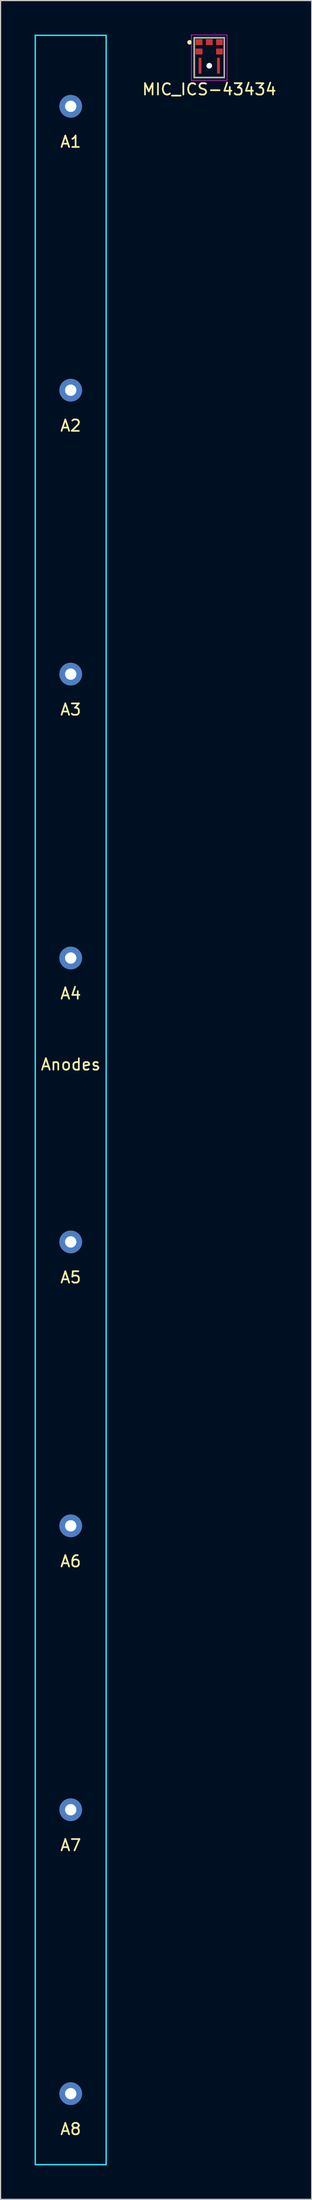
<source format=kicad_pcb>
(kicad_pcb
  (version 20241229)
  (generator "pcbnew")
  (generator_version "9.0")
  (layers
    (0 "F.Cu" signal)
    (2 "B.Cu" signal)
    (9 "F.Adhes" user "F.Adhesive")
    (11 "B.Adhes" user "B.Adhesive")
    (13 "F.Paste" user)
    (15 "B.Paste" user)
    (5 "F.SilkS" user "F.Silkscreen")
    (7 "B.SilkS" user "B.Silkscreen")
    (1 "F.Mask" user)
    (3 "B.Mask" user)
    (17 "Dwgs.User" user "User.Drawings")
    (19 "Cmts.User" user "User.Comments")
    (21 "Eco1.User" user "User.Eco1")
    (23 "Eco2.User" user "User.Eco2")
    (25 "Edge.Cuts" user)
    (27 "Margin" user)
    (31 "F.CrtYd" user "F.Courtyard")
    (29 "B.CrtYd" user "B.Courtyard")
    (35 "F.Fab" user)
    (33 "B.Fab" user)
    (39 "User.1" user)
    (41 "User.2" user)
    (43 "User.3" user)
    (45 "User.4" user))
  (footprint "MIC_ICS-43434"
    (layer "F.Cu")
    (at 15.4 2.025)
    (property "Reference" "MIC_ICS-43434" (at 0 2.794 0) (layer "F.SilkS") (effects (font (size 1 1) (thickness 0.15))))
    (attr through_hole)
    (fp_circle (center 0 0.713) (end 0.665 0.713) (stroke (width 0.5) (type solid)) (fill no) (layer "F.Mask"))
    (fp_line (start -1.325 -1.75) (end -1.325 1.75) (stroke (width 0.127) (type solid)) (layer "F.SilkS"))
    (fp_line (start -1.325 1.75) (end 1.325 1.75) (stroke (width 0.127) (type solid)) (layer "F.SilkS"))
    (fp_line (start 1.325 -1.75) (end -1.325 -1.75) (stroke (width 0.127) (type solid)) (layer "F.SilkS"))
    (fp_line (start 1.325 1.75) (end 1.325 -1.75) (stroke (width 0.127) (type solid)) (layer "F.SilkS"))
    (fp_circle (center -1.738 -1.35) (end -1.637 -1.35) (stroke (width 0.2) (type solid)) (fill no) (layer "F.SilkS"))
    (fp_poly (pts (xy -0.65 -1.572) (xy -0.65 -1.15) (xy -1.15 -1.15) (xy -1.15 -1.572)) (stroke (width 0.001) (type solid)) (fill yes) (layer "F.Paste"))
    (fp_poly (pts (xy -0.65 -0.75) (xy -0.65 -0.328) (xy -1.15 -0.328) (xy -1.15 -0.75)) (stroke (width 0.001) (type solid)) (fill yes) (layer "F.Paste"))
    (fp_poly (pts (xy 0.25 -1.572) (xy 0.25 -1.15) (xy -0.25 -1.15) (xy -0.25 -1.572)) (stroke (width 0.001) (type solid)) (fill yes) (layer "F.Paste"))
    (fp_poly (pts (xy 1.15 -1.572) (xy 1.15 -1.15) (xy 0.65 -1.15) (xy 0.65 -1.572)) (stroke (width 0.001) (type solid)) (fill yes) (layer "F.Paste"))
    (fp_poly (pts (xy 1.15 -0.75) (xy 1.15 -0.328) (xy 0.65 -0.328) (xy 0.65 -0.75)) (stroke (width 0.001) (type solid)) (fill yes) (layer "F.Paste"))
    (fp_poly (pts (xy -0.51 0.663) (xy -0.508 0.642) (xy -0.504 0.618) (xy -0.499 0.595) (xy -0.493 0.572) (xy -0.486 0.55) (xy -0.478 0.527) (xy -0.469 0.505) (xy -0.459 0.484) (xy -0.448 0.463) (xy -0.436 0.443) (xy -0.423 0.423) (xy -0.41 0.403) (xy -0.395 0.385) (xy -0.379 0.367) (xy -0.363 0.35) (xy -0.346 0.334) (xy -0.328 0.318) (xy -0.31 0.303) (xy -0.29 0.29) (xy -0.27 0.277) (xy -0.25 0.265) (xy -0.229 0.254) (xy -0.208 0.244) (xy -0.186 0.235) (xy -0.163 0.227) (xy -0.141 0.22) (xy -0.118 0.214) (xy -0.095 0.209) (xy -0.071 0.205) (xy -0.05 0.203) (xy -0.05 -0.097) (xy -0.089 -0.094) (xy -0.127 -0.089) (xy -0.166 -0.082) (xy -0.204 -0.074) (xy -0.242 -0.063) (xy -0.28 -0.051) (xy -0.316 -0.036) (xy -0.352 -0.02) (xy -0.387 -0.003) (xy -0.421 0.017) (xy -0.454 0.038) (xy -0.487 0.06) (xy -0.518 0.085) (xy -0.547 0.11) (xy -0.576 0.137) (xy -0.603 0.166) (xy -0.628 0.195) (xy -0.653 0.226) (xy -0.675 0.259) (xy -0.696 0.292) (xy -0.716 0.326) (xy -0.733 0.361) (xy -0.749 0.397) (xy -0.764 0.433) (xy -0.776 0.471) (xy -0.787 0.509) (xy -0.795 0.547) (xy -0.802 0.586) (xy -0.807 0.624) (xy -0.81 0.663) (xy -0.51 0.663)) (stroke (width 0.001) (type solid)) (fill yes) (layer "F.Paste"))
    (fp_poly (pts (xy -0.05 1.223) (xy -0.071 1.221) (xy -0.095 1.217) (xy -0.118 1.212) (xy -0.141 1.206) (xy -0.163 1.199) (xy -0.186 1.191) (xy -0.208 1.182) (xy -0.229 1.172) (xy -0.25 1.161) (xy -0.27 1.149) (xy -0.29 1.136) (xy -0.31 1.123) (xy -0.328 1.108) (xy -0.346 1.092) (xy -0.363 1.076) (xy -0.379 1.059) (xy -0.395 1.041) (xy -0.41 1.023) (xy -0.423 1.003) (xy -0.436 0.983) (xy -0.448 0.963) (xy -0.459 0.942) (xy -0.469 0.921) (xy -0.478 0.899) (xy -0.486 0.876) (xy -0.493 0.854) (xy -0.499 0.831) (xy -0.504 0.808) (xy -0.508 0.784) (xy -0.51 0.763) (xy -0.81 0.763) (xy -0.807 0.802) (xy -0.802 0.84) (xy -0.795 0.879) (xy -0.787 0.917) (xy -0.776 0.955) (xy -0.764 0.993) (xy -0.749 1.029) (xy -0.733 1.065) (xy -0.716 1.1) (xy -0.696 1.134) (xy -0.675 1.167) (xy -0.653 1.2) (xy -0.628 1.231) (xy -0.603 1.26) (xy -0.576 1.289) (xy -0.547 1.316) (xy -0.518 1.341) (xy -0.487 1.366) (xy -0.454 1.388) (xy -0.421 1.409) (xy -0.387 1.429) (xy -0.352 1.446) (xy -0.316 1.462) (xy -0.28 1.477) (xy -0.242 1.489) (xy -0.204 1.5) (xy -0.166 1.508) (xy -0.127 1.515) (xy -0.089 1.52) (xy -0.05 1.523) (xy -0.05 1.223)) (stroke (width 0.001) (type solid)) (fill yes) (layer "F.Paste"))
    (fp_poly (pts (xy 0.05 0.203) (xy 0.071 0.205) (xy 0.095 0.209) (xy 0.118 0.214) (xy 0.141 0.22) (xy 0.163 0.227) (xy 0.186 0.235) (xy 0.208 0.244) (xy 0.229 0.254) (xy 0.25 0.265) (xy 0.27 0.277) (xy 0.29 0.29) (xy 0.31 0.303) (xy 0.328 0.318) (xy 0.346 0.334) (xy 0.363 0.35) (xy 0.379 0.367) (xy 0.395 0.385) (xy 0.41 0.403) (xy 0.423 0.423) (xy 0.436 0.443) (xy 0.448 0.463) (xy 0.459 0.484) (xy 0.469 0.505) (xy 0.478 0.527) (xy 0.486 0.55) (xy 0.493 0.572) (xy 0.499 0.595) (xy 0.504 0.618) (xy 0.508 0.642) (xy 0.51 0.663) (xy 0.81 0.663) (xy 0.807 0.624) (xy 0.802 0.586) (xy 0.795 0.547) (xy 0.787 0.509) (xy 0.776 0.471) (xy 0.764 0.433) (xy 0.749 0.397) (xy 0.733 0.361) (xy 0.716 0.326) (xy 0.696 0.292) (xy 0.675 0.259) (xy 0.653 0.226) (xy 0.628 0.195) (xy 0.603 0.166) (xy 0.576 0.137) (xy 0.547 0.11) (xy 0.518 0.085) (xy 0.487 0.06) (xy 0.454 0.038) (xy 0.421 0.017) (xy 0.387 -0.003) (xy 0.352 -0.02) (xy 0.316 -0.036) (xy 0.28 -0.051) (xy 0.242 -0.063) (xy 0.204 -0.074) (xy 0.166 -0.082) (xy 0.127 -0.089) (xy 0.089 -0.094) (xy 0.05 -0.097) (xy 0.05 0.203)) (stroke (width 0.001) (type solid)) (fill yes) (layer "F.Paste"))
    (fp_poly (pts (xy 0.51 0.763) (xy 0.508 0.784) (xy 0.504 0.808) (xy 0.499 0.831) (xy 0.493 0.854) (xy 0.486 0.876) (xy 0.478 0.899) (xy 0.469 0.921) (xy 0.459 0.942) (xy 0.448 0.963) (xy 0.436 0.983) (xy 0.423 1.003) (xy 0.41 1.023) (xy 0.395 1.041) (xy 0.379 1.059) (xy 0.363 1.076) (xy 0.346 1.092) (xy 0.328 1.108) (xy 0.31 1.123) (xy 0.29 1.136) (xy 0.27 1.149) (xy 0.25 1.161) (xy 0.229 1.172) (xy 0.208 1.182) (xy 0.186 1.191) (xy 0.163 1.199) (xy 0.141 1.206) (xy 0.118 1.212) (xy 0.095 1.217) (xy 0.071 1.221) (xy 0.05 1.223) (xy 0.05 1.523) (xy 0.089 1.52) (xy 0.127 1.515) (xy 0.166 1.508) (xy 0.204 1.5) (xy 0.242 1.489) (xy 0.28 1.477) (xy 0.316 1.462) (xy 0.352 1.446) (xy 0.387 1.429) (xy 0.421 1.409) (xy 0.454 1.388) (xy 0.487 1.366) (xy 0.518 1.341) (xy 0.547 1.316) (xy 0.576 1.289) (xy 0.603 1.26) (xy 0.628 1.231) (xy 0.653 1.2) (xy 0.675 1.167) (xy 0.696 1.134) (xy 0.716 1.1) (xy 0.733 1.065) (xy 0.749 1.029) (xy 0.764 0.993) (xy 0.776 0.955) (xy 0.787 0.917) (xy 0.795 0.879) (xy 0.802 0.84) (xy 0.807 0.802) (xy 0.81 0.763) (xy 0.51 0.763)) (stroke (width 0.001) (type solid)) (fill yes) (layer "F.Paste"))
    (fp_line (start -1.575 -2) (end 1.575 -2) (stroke (width 0.05) (type solid)) (layer "F.CrtYd"))
    (fp_line (start -1.575 2.003) (end -1.575 -2) (stroke (width 0.05) (type solid)) (layer "F.CrtYd"))
    (fp_line (start 1.575 -2) (end 1.575 2.003) (stroke (width 0.05) (type solid)) (layer "F.CrtYd"))
    (fp_line (start 1.575 2.003) (end -1.575 2.003) (stroke (width 0.05) (type solid)) (layer "F.CrtYd"))
    (fp_line (start -1.325 -1.747) (end 1.325 -1.747) (stroke (width 0.127) (type solid)) (layer "F.Fab"))
    (fp_line (start -1.325 1.753) (end -1.325 -1.747) (stroke (width 0.127) (type solid)) (layer "F.Fab"))
    (fp_line (start 1.325 -1.747) (end 1.325 1.753) (stroke (width 0.127) (type solid)) (layer "F.Fab"))
    (fp_line (start 1.325 1.753) (end -1.325 1.753) (stroke (width 0.127) (type solid)) (layer "F.Fab"))
    (pad "" np_thru_hole circle (at 0 0.713) (size 0.5 0.5) (drill 0.5) (layers "*.Cu" "*.Mask"))
    (pad "1" smd rect (at -0.9 -1.361) (size 0.6 0.522) (layers "F.Cu" "F.Mask"))
    (pad "2" smd rect (at -0.9 -0.539) (size 0.6 0.522) (layers "F.Cu" "F.Mask"))
    (pad "3" smd rect (at -0.813 0.711) (size 0.25 1.397) (layers "F.Cu"))
    (pad "3" smd rect (at 0.813 0.711) (size 0.25 1.397) (layers "F.Cu"))
    (pad "4" smd rect (at 0.9 -0.539) (size 0.6 0.522) (layers "F.Cu" "F.Mask"))
    (pad "5" smd rect (at 0.9 -1.361) (size 0.6 0.522) (layers "F.Cu" "F.Mask"))
    (pad "6" smd rect (at 0 -1.361) (size 0.6 0.522) (layers "F.Cu" "F.Mask")))
  (footprint "Anodes"
    (layer "F.Cu")
    (at 3.185 93.81)
    (property "Reference" "Anodes" (at 0 -3.125 0) (layer "F.SilkS") (effects (font (size 1 1) (thickness 0.15))))
    (attr through_hole)
    (fp_line (start -3.125 -93.75) (end 3.125 -93.75) (stroke (width 0.12) (type solid)) (layer "B.CrtYd"))
    (fp_line (start -3.125 93.75) (end -3.125 -93.75) (stroke (width 0.12) (type solid)) (layer "B.CrtYd"))
    (fp_line (start 3.125 -93.75) (end 3.125 93.75) (stroke (width 0.12) (type solid)) (layer "B.CrtYd"))
    (fp_line (start 3.125 93.75) (end -3.125 93.75) (stroke (width 0.12) (type solid)) (layer "B.CrtYd"))
    (fp_text user "A2" (at 0 -59.375 0) (layer "F.SilkS") (effects (font (size 1 1) (thickness 0.15))))
    (fp_text user "A8" (at 0 90.625 0) (layer "F.SilkS") (effects (font (size 1 1) (thickness 0.15))))
    (fp_text user "A3" (at 0 -34.375 0) (layer "F.SilkS") (effects (font (size 1 1) (thickness 0.15))))
    (fp_text user "A7" (at 0 65.625 0) (layer "F.SilkS") (effects (font (size 1 1) (thickness 0.15))))
    (fp_text user "A6" (at 0 40.625 0) (layer "F.SilkS") (effects (font (size 1 1) (thickness 0.15))))
    (fp_text user "A1" (at 0 -84.375 0) (layer "F.SilkS") (effects (font (size 1 1) (thickness 0.15))))
    (fp_text user "A4" (at 0 -9.375 0) (layer "F.SilkS") (effects (font (size 1 1) (thickness 0.15))))
    (fp_text user "A5" (at 0 15.625 0) (layer "F.SilkS") (effects (font (size 1 1) (thickness 0.15))))
    (pad "1" thru_hole circle (at 0 -87.5) (size 2 2) (drill 1) (layers "*.Cu" "*.Mask"))
    (pad "2" thru_hole circle (at 0 -62.5) (size 2 2) (drill 1) (layers "*.Cu" "*.Mask"))
    (pad "3" thru_hole circle (at 0 -37.5) (size 2 2) (drill 1) (layers "*.Cu" "*.Mask"))
    (pad "4" thru_hole circle (at 0 -12.5) (size 2 2) (drill 1) (layers "*.Cu" "*.Mask"))
    (pad "5" thru_hole circle (at 0 12.5) (size 2 2) (drill 1) (layers "*.Cu" "*.Mask"))
    (pad "6" thru_hole circle (at 0 37.5) (size 2 2) (drill 1) (layers "*.Cu" "*.Mask"))
    (pad "7" thru_hole circle (at 0 62.5) (size 2 2) (drill 1) (layers "*.Cu" "*.Mask"))
    (pad "8" thru_hole circle (at 0 87.5) (size 2 2) (drill 1) (layers "*.Cu" "*.Mask")))
  (gr_rect
    (start -3 -3)
    (end 24.43 190.62)
    (stroke (width 0.1) (type default))
    (fill no)
    (layer "Edge.Cuts")))
</source>
